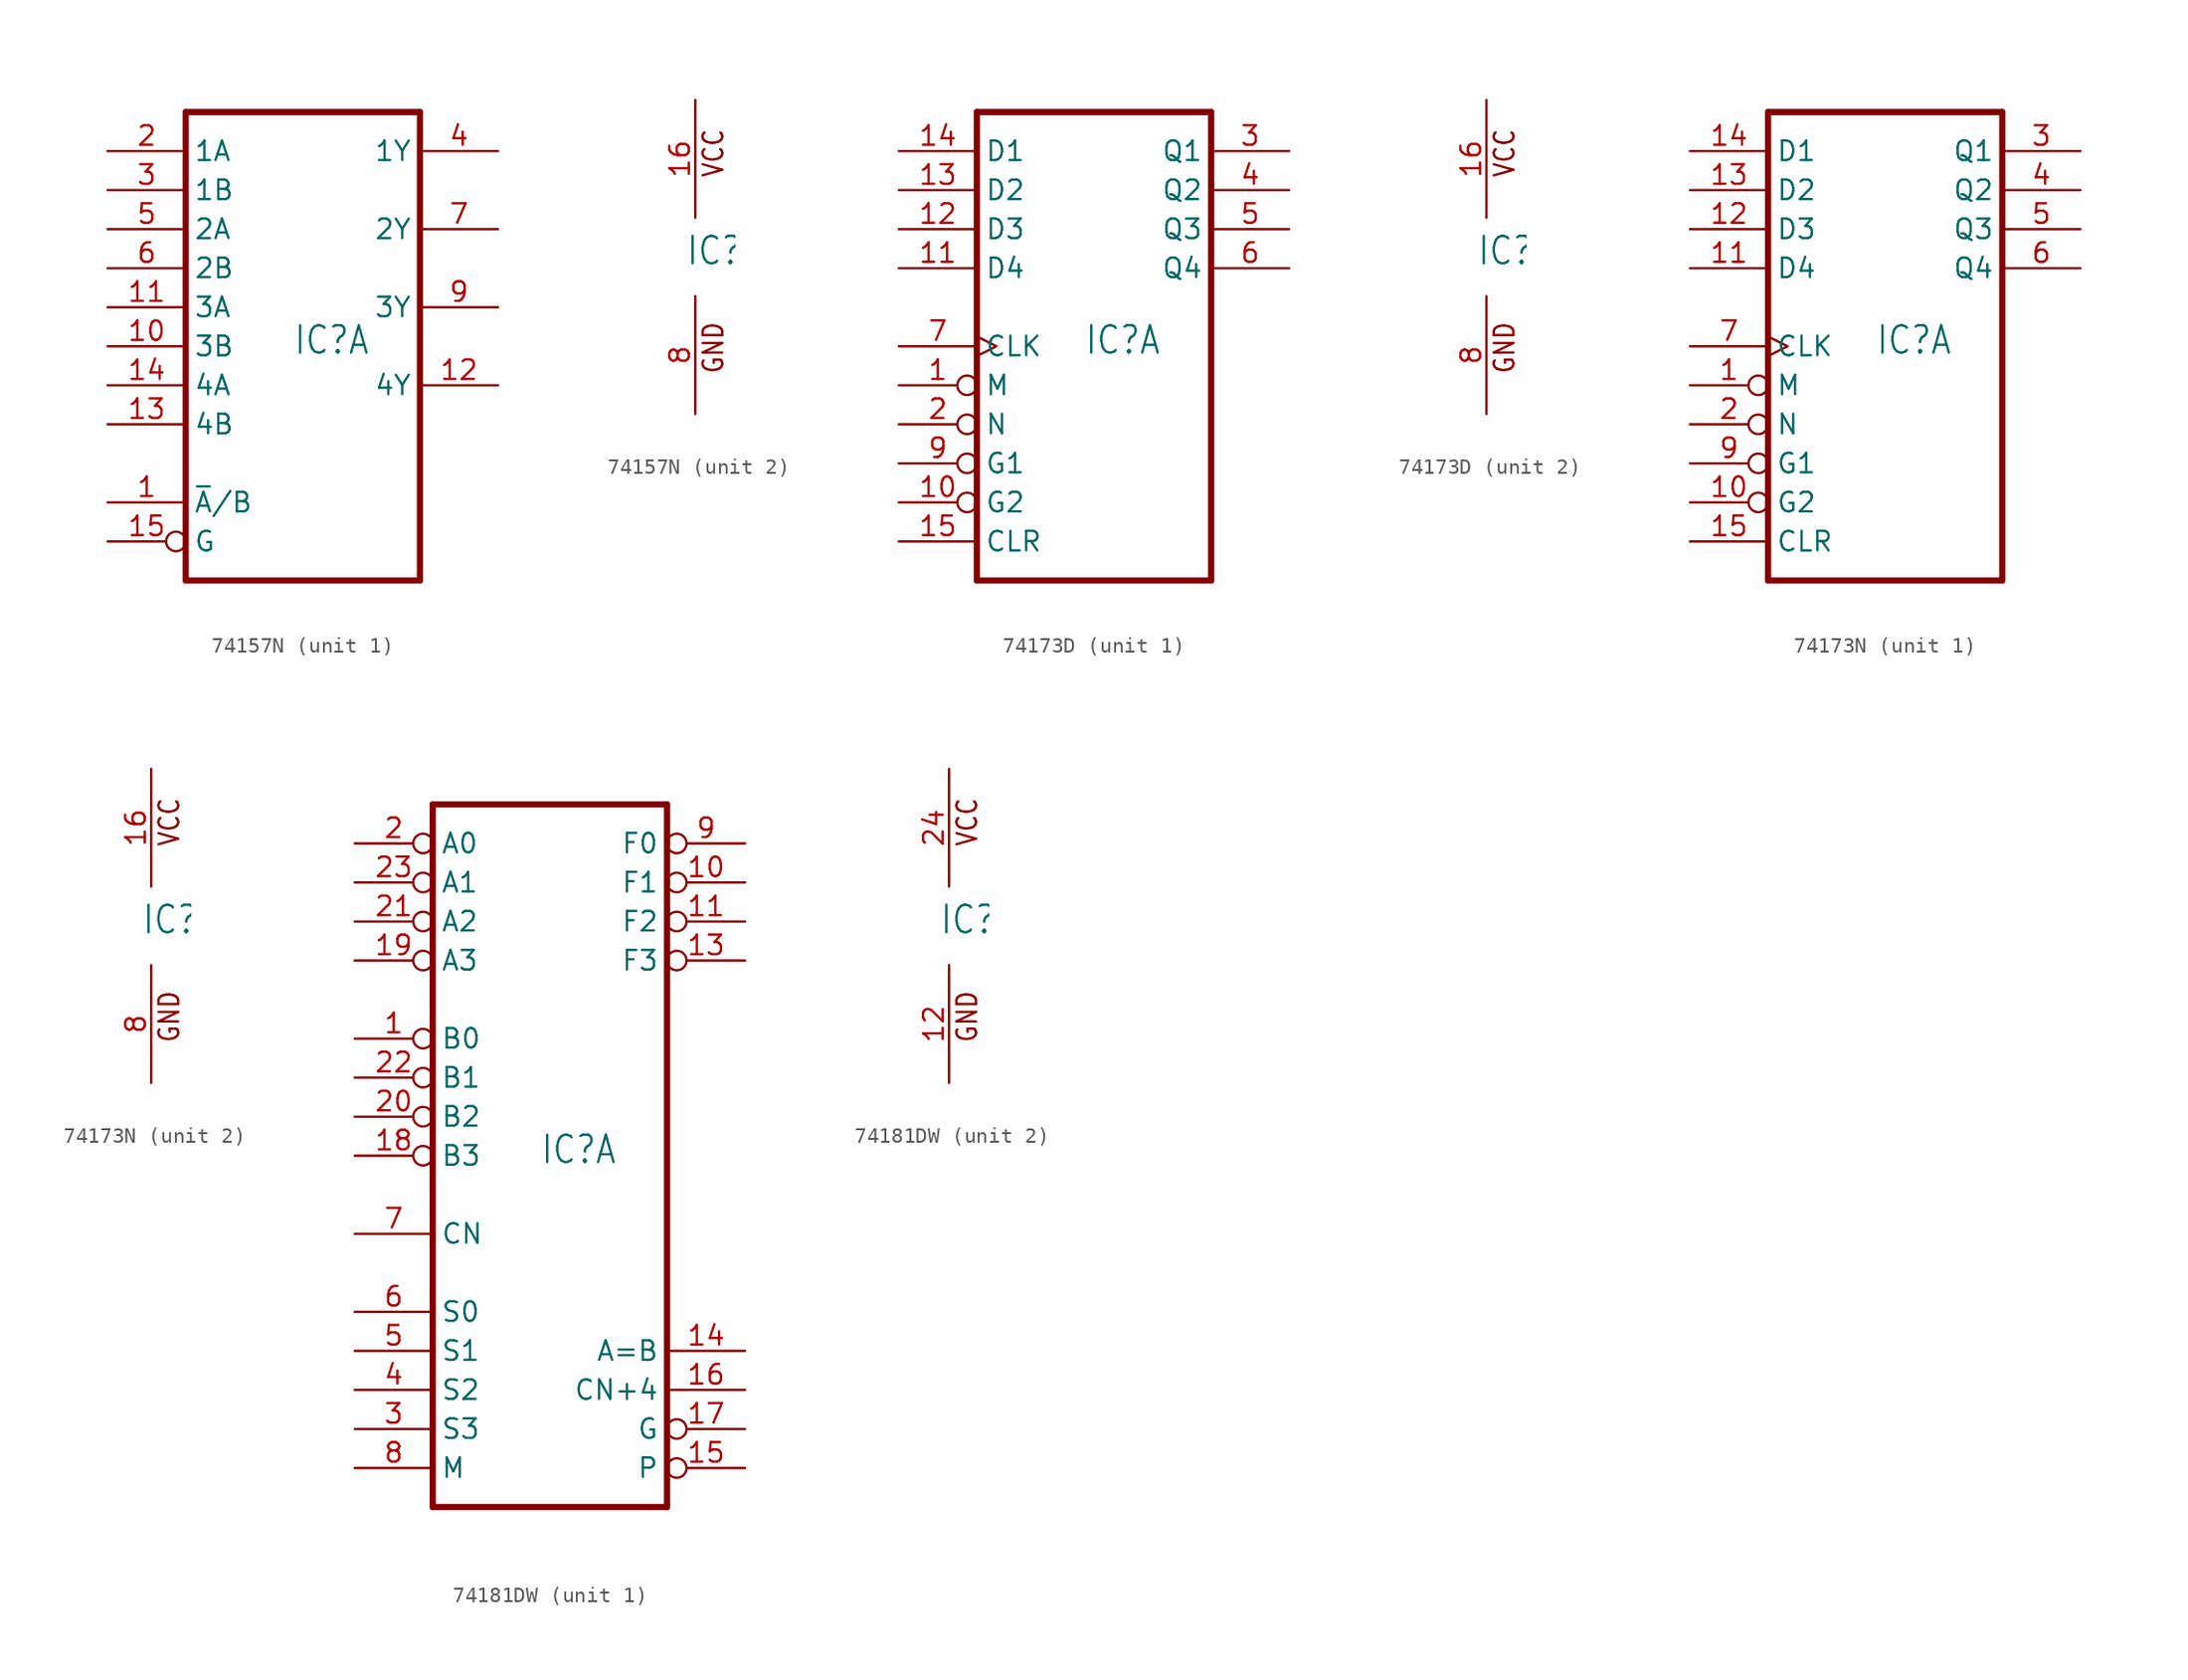
<source format=kicad_sym>
(kicad_symbol_lib
  (version 20211014)
  (generator kicad_symbol_editor)
  (symbol "74157N"
    (property "Reference" "IC"
      (at -0.635 -0.635 0)
      (effects (font (size 1.778 1.511)) (justify left bottom)))
    (property "ki_locked" ""
      (at 0 0 0)
      (effects (font (size 1.27 1.27))))
    (symbol "74157N_1_0"
      (polyline (pts (xy -7.62 -15.24) (xy 7.62 -15.24)) (stroke (width 0.406) (type default) (color 0 0 0 0)) (fill (type none)))
      (polyline (pts (xy -7.62 15.24) (xy -7.62 -15.24)) (stroke (width 0.406) (type default) (color 0 0 0 0)) (fill (type none)))
      (polyline (pts (xy 7.62 -15.24) (xy 7.62 15.24)) (stroke (width 0.406) (type default) (color 0 0 0 0)) (fill (type none)))
      (polyline (pts (xy 7.62 15.24) (xy -7.62 15.24)) (stroke (width 0.406) (type default) (color 0 0 0 0)) (fill (type none)))
      (pin input line (at -12.7 -10.16 0) (length 5.08) (name "~{A}/B" (effects (font (size 1.27 1.27)))) (number "1" (effects (font (size 1.27 1.27)))))
      (pin input line (at -12.7 0 0) (length 5.08) (name "3B" (effects (font (size 1.27 1.27)))) (number "10" (effects (font (size 1.27 1.27)))))
      (pin input line (at -12.7 2.54 0) (length 5.08) (name "3A" (effects (font (size 1.27 1.27)))) (number "11" (effects (font (size 1.27 1.27)))))
      (pin output line (at 12.7 -2.54 180) (length 5.08) (name "4Y" (effects (font (size 1.27 1.27)))) (number "12" (effects (font (size 1.27 1.27)))))
      (pin input line (at -12.7 -5.08 0) (length 5.08) (name "4B" (effects (font (size 1.27 1.27)))) (number "13" (effects (font (size 1.27 1.27)))))
      (pin input line (at -12.7 -2.54 0) (length 5.08) (name "4A" (effects (font (size 1.27 1.27)))) (number "14" (effects (font (size 1.27 1.27)))))
      (pin input inverted (at -12.7 -12.7 0) (length 5.08) (name "G" (effects (font (size 1.27 1.27)))) (number "15" (effects (font (size 1.27 1.27)))))
      (pin input line (at -12.7 12.7 0) (length 5.08) (name "1A" (effects (font (size 1.27 1.27)))) (number "2" (effects (font (size 1.27 1.27)))))
      (pin input line (at -12.7 10.16 0) (length 5.08) (name "1B" (effects (font (size 1.27 1.27)))) (number "3" (effects (font (size 1.27 1.27)))))
      (pin output line (at 12.7 12.7 180) (length 5.08) (name "1Y" (effects (font (size 1.27 1.27)))) (number "4" (effects (font (size 1.27 1.27)))))
      (pin input line (at -12.7 7.62 0) (length 5.08) (name "2A" (effects (font (size 1.27 1.27)))) (number "5" (effects (font (size 1.27 1.27)))))
      (pin input line (at -12.7 5.08 0) (length 5.08) (name "2B" (effects (font (size 1.27 1.27)))) (number "6" (effects (font (size 1.27 1.27)))))
      (pin output line (at 12.7 7.62 180) (length 5.08) (name "2Y" (effects (font (size 1.27 1.27)))) (number "7" (effects (font (size 1.27 1.27)))))
      (pin output line (at 12.7 2.54 180) (length 5.08) (name "3Y" (effects (font (size 1.27 1.27)))) (number "9" (effects (font (size 1.27 1.27))))))
    (symbol "74157N_2_0"
      (text "GND" (at 1.905 -7.62 900) (effects (font (size 1.27 1.079)) (justify left bottom)))
      (text "VCC" (at 1.905 5.08 900) (effects (font (size 1.27 1.079)) (justify left bottom)))
      (pin power_in line (at 0 10.16 270) (length 7.62) (name "VCC" (effects (font (size 0 0)))) (number "16" (effects (font (size 1.27 1.27)))))
      (pin power_in line (at 0 -10.16 90) (length 7.62) (name "GND" (effects (font (size 0 0)))) (number "8" (effects (font (size 1.27 1.27)))))))
  (symbol "74173D"
    (property "Reference" "IC"
      (at -0.635 -0.635 0)
      (effects (font (size 1.778 1.511)) (justify left bottom)))
    (property "ki_locked" ""
      (at 0 0 0)
      (effects (font (size 1.27 1.27))))
    (symbol "74173D_1_0"
      (polyline (pts (xy -7.62 -15.24) (xy 7.62 -15.24)) (stroke (width 0.406) (type default) (color 0 0 0 0)) (fill (type none)))
      (polyline (pts (xy -7.62 15.24) (xy -7.62 -15.24)) (stroke (width 0.406) (type default) (color 0 0 0 0)) (fill (type none)))
      (polyline (pts (xy 7.62 -15.24) (xy 7.62 15.24)) (stroke (width 0.406) (type default) (color 0 0 0 0)) (fill (type none)))
      (polyline (pts (xy 7.62 15.24) (xy -7.62 15.24)) (stroke (width 0.406) (type default) (color 0 0 0 0)) (fill (type none)))
      (pin input inverted (at -12.7 -2.54 0) (length 5.08) (name "M" (effects (font (size 1.27 1.27)))) (number "1" (effects (font (size 1.27 1.27)))))
      (pin input inverted (at -12.7 -10.16 0) (length 5.08) (name "G2" (effects (font (size 1.27 1.27)))) (number "10" (effects (font (size 1.27 1.27)))))
      (pin input line (at -12.7 5.08 0) (length 5.08) (name "D4" (effects (font (size 1.27 1.27)))) (number "11" (effects (font (size 1.27 1.27)))))
      (pin input line (at -12.7 7.62 0) (length 5.08) (name "D3" (effects (font (size 1.27 1.27)))) (number "12" (effects (font (size 1.27 1.27)))))
      (pin input line (at -12.7 10.16 0) (length 5.08) (name "D2" (effects (font (size 1.27 1.27)))) (number "13" (effects (font (size 1.27 1.27)))))
      (pin input line (at -12.7 12.7 0) (length 5.08) (name "D1" (effects (font (size 1.27 1.27)))) (number "14" (effects (font (size 1.27 1.27)))))
      (pin input line (at -12.7 -12.7 0) (length 5.08) (name "CLR" (effects (font (size 1.27 1.27)))) (number "15" (effects (font (size 1.27 1.27)))))
      (pin input inverted (at -12.7 -5.08 0) (length 5.08) (name "N" (effects (font (size 1.27 1.27)))) (number "2" (effects (font (size 1.27 1.27)))))
      (pin tri_state line (at 12.7 12.7 180) (length 5.08) (name "Q1" (effects (font (size 1.27 1.27)))) (number "3" (effects (font (size 1.27 1.27)))))
      (pin tri_state line (at 12.7 10.16 180) (length 5.08) (name "Q2" (effects (font (size 1.27 1.27)))) (number "4" (effects (font (size 1.27 1.27)))))
      (pin tri_state line (at 12.7 7.62 180) (length 5.08) (name "Q3" (effects (font (size 1.27 1.27)))) (number "5" (effects (font (size 1.27 1.27)))))
      (pin tri_state line (at 12.7 5.08 180) (length 5.08) (name "Q4" (effects (font (size 1.27 1.27)))) (number "6" (effects (font (size 1.27 1.27)))))
      (pin input clock (at -12.7 0 0) (length 5.08) (name "CLK" (effects (font (size 1.27 1.27)))) (number "7" (effects (font (size 1.27 1.27)))))
      (pin input inverted (at -12.7 -7.62 0) (length 5.08) (name "G1" (effects (font (size 1.27 1.27)))) (number "9" (effects (font (size 1.27 1.27))))))
    (symbol "74173D_2_0"
      (text "GND" (at 1.905 -7.62 900) (effects (font (size 1.27 1.079)) (justify left bottom)))
      (text "VCC" (at 1.905 5.08 900) (effects (font (size 1.27 1.079)) (justify left bottom)))
      (pin power_in line (at 0 10.16 270) (length 7.62) (name "VCC" (effects (font (size 0 0)))) (number "16" (effects (font (size 1.27 1.27)))))
      (pin power_in line (at 0 -10.16 90) (length 7.62) (name "GND" (effects (font (size 0 0)))) (number "8" (effects (font (size 1.27 1.27)))))))
  (symbol "74173N"
    (property "Reference" "IC"
      (at -0.635 -0.635 0)
      (effects (font (size 1.778 1.511)) (justify left bottom)))
    (property "ki_locked" ""
      (at 0 0 0)
      (effects (font (size 1.27 1.27))))
    (symbol "74173N_1_0"
      (polyline (pts (xy -7.62 -15.24) (xy 7.62 -15.24)) (stroke (width 0.406) (type default) (color 0 0 0 0)) (fill (type none)))
      (polyline (pts (xy -7.62 15.24) (xy -7.62 -15.24)) (stroke (width 0.406) (type default) (color 0 0 0 0)) (fill (type none)))
      (polyline (pts (xy 7.62 -15.24) (xy 7.62 15.24)) (stroke (width 0.406) (type default) (color 0 0 0 0)) (fill (type none)))
      (polyline (pts (xy 7.62 15.24) (xy -7.62 15.24)) (stroke (width 0.406) (type default) (color 0 0 0 0)) (fill (type none)))
      (pin input inverted (at -12.7 -2.54 0) (length 5.08) (name "M" (effects (font (size 1.27 1.27)))) (number "1" (effects (font (size 1.27 1.27)))))
      (pin input inverted (at -12.7 -10.16 0) (length 5.08) (name "G2" (effects (font (size 1.27 1.27)))) (number "10" (effects (font (size 1.27 1.27)))))
      (pin input line (at -12.7 5.08 0) (length 5.08) (name "D4" (effects (font (size 1.27 1.27)))) (number "11" (effects (font (size 1.27 1.27)))))
      (pin input line (at -12.7 7.62 0) (length 5.08) (name "D3" (effects (font (size 1.27 1.27)))) (number "12" (effects (font (size 1.27 1.27)))))
      (pin input line (at -12.7 10.16 0) (length 5.08) (name "D2" (effects (font (size 1.27 1.27)))) (number "13" (effects (font (size 1.27 1.27)))))
      (pin input line (at -12.7 12.7 0) (length 5.08) (name "D1" (effects (font (size 1.27 1.27)))) (number "14" (effects (font (size 1.27 1.27)))))
      (pin input line (at -12.7 -12.7 0) (length 5.08) (name "CLR" (effects (font (size 1.27 1.27)))) (number "15" (effects (font (size 1.27 1.27)))))
      (pin input inverted (at -12.7 -5.08 0) (length 5.08) (name "N" (effects (font (size 1.27 1.27)))) (number "2" (effects (font (size 1.27 1.27)))))
      (pin tri_state line (at 12.7 12.7 180) (length 5.08) (name "Q1" (effects (font (size 1.27 1.27)))) (number "3" (effects (font (size 1.27 1.27)))))
      (pin tri_state line (at 12.7 10.16 180) (length 5.08) (name "Q2" (effects (font (size 1.27 1.27)))) (number "4" (effects (font (size 1.27 1.27)))))
      (pin tri_state line (at 12.7 7.62 180) (length 5.08) (name "Q3" (effects (font (size 1.27 1.27)))) (number "5" (effects (font (size 1.27 1.27)))))
      (pin tri_state line (at 12.7 5.08 180) (length 5.08) (name "Q4" (effects (font (size 1.27 1.27)))) (number "6" (effects (font (size 1.27 1.27)))))
      (pin input clock (at -12.7 0 0) (length 5.08) (name "CLK" (effects (font (size 1.27 1.27)))) (number "7" (effects (font (size 1.27 1.27)))))
      (pin input inverted (at -12.7 -7.62 0) (length 5.08) (name "G1" (effects (font (size 1.27 1.27)))) (number "9" (effects (font (size 1.27 1.27))))))
    (symbol "74173N_2_0"
      (text "GND" (at 1.905 -7.62 900) (effects (font (size 1.27 1.079)) (justify left bottom)))
      (text "VCC" (at 1.905 5.08 900) (effects (font (size 1.27 1.079)) (justify left bottom)))
      (pin power_in line (at 0 10.16 270) (length 7.62) (name "VCC" (effects (font (size 0 0)))) (number "16" (effects (font (size 1.27 1.27)))))
      (pin power_in line (at 0 -10.16 90) (length 7.62) (name "GND" (effects (font (size 0 0)))) (number "8" (effects (font (size 1.27 1.27)))))))
  (symbol "74181DW"
    (property "Reference" "IC"
      (at -0.635 -0.635 0)
      (effects (font (size 1.778 1.511)) (justify left bottom)))
    (property "ki_locked" ""
      (at 0 0 0)
      (effects (font (size 1.27 1.27))))
    (symbol "74181DW_1_0"
      (polyline (pts (xy -7.62 -22.86) (xy 7.62 -22.86)) (stroke (width 0.406) (type default) (color 0 0 0 0)) (fill (type none)))
      (polyline (pts (xy -7.62 22.86) (xy -7.62 -22.86)) (stroke (width 0.406) (type default) (color 0 0 0 0)) (fill (type none)))
      (polyline (pts (xy 7.62 -22.86) (xy 7.62 22.86)) (stroke (width 0.406) (type default) (color 0 0 0 0)) (fill (type none)))
      (polyline (pts (xy 7.62 22.86) (xy -7.62 22.86)) (stroke (width 0.406) (type default) (color 0 0 0 0)) (fill (type none)))
      (pin input inverted (at -12.7 7.62 0) (length 5.08) (name "B0" (effects (font (size 1.27 1.27)))) (number "1" (effects (font (size 1.27 1.27)))))
      (pin output inverted (at 12.7 17.78 180) (length 5.08) (name "F1" (effects (font (size 1.27 1.27)))) (number "10" (effects (font (size 1.27 1.27)))))
      (pin output inverted (at 12.7 15.24 180) (length 5.08) (name "F2" (effects (font (size 1.27 1.27)))) (number "11" (effects (font (size 1.27 1.27)))))
      (pin output inverted (at 12.7 12.7 180) (length 5.08) (name "F3" (effects (font (size 1.27 1.27)))) (number "13" (effects (font (size 1.27 1.27)))))
      (pin output line (at 12.7 -12.7 180) (length 5.08) (name "A=B" (effects (font (size 1.27 1.27)))) (number "14" (effects (font (size 1.27 1.27)))))
      (pin output inverted (at 12.7 -20.32 180) (length 5.08) (name "P" (effects (font (size 1.27 1.27)))) (number "15" (effects (font (size 1.27 1.27)))))
      (pin output line (at 12.7 -15.24 180) (length 5.08) (name "CN+4" (effects (font (size 1.27 1.27)))) (number "16" (effects (font (size 1.27 1.27)))))
      (pin output inverted (at 12.7 -17.78 180) (length 5.08) (name "G" (effects (font (size 1.27 1.27)))) (number "17" (effects (font (size 1.27 1.27)))))
      (pin input inverted (at -12.7 0 0) (length 5.08) (name "B3" (effects (font (size 1.27 1.27)))) (number "18" (effects (font (size 1.27 1.27)))))
      (pin input inverted (at -12.7 12.7 0) (length 5.08) (name "A3" (effects (font (size 1.27 1.27)))) (number "19" (effects (font (size 1.27 1.27)))))
      (pin input inverted (at -12.7 20.32 0) (length 5.08) (name "A0" (effects (font (size 1.27 1.27)))) (number "2" (effects (font (size 1.27 1.27)))))
      (pin input inverted (at -12.7 2.54 0) (length 5.08) (name "B2" (effects (font (size 1.27 1.27)))) (number "20" (effects (font (size 1.27 1.27)))))
      (pin input inverted (at -12.7 15.24 0) (length 5.08) (name "A2" (effects (font (size 1.27 1.27)))) (number "21" (effects (font (size 1.27 1.27)))))
      (pin input inverted (at -12.7 5.08 0) (length 5.08) (name "B1" (effects (font (size 1.27 1.27)))) (number "22" (effects (font (size 1.27 1.27)))))
      (pin input inverted (at -12.7 17.78 0) (length 5.08) (name "A1" (effects (font (size 1.27 1.27)))) (number "23" (effects (font (size 1.27 1.27)))))
      (pin input line (at -12.7 -17.78 0) (length 5.08) (name "S3" (effects (font (size 1.27 1.27)))) (number "3" (effects (font (size 1.27 1.27)))))
      (pin input line (at -12.7 -15.24 0) (length 5.08) (name "S2" (effects (font (size 1.27 1.27)))) (number "4" (effects (font (size 1.27 1.27)))))
      (pin input line (at -12.7 -12.7 0) (length 5.08) (name "S1" (effects (font (size 1.27 1.27)))) (number "5" (effects (font (size 1.27 1.27)))))
      (pin input line (at -12.7 -10.16 0) (length 5.08) (name "S0" (effects (font (size 1.27 1.27)))) (number "6" (effects (font (size 1.27 1.27)))))
      (pin input line (at -12.7 -5.08 0) (length 5.08) (name "CN" (effects (font (size 1.27 1.27)))) (number "7" (effects (font (size 1.27 1.27)))))
      (pin input line (at -12.7 -20.32 0) (length 5.08) (name "M" (effects (font (size 1.27 1.27)))) (number "8" (effects (font (size 1.27 1.27)))))
      (pin output inverted (at 12.7 20.32 180) (length 5.08) (name "F0" (effects (font (size 1.27 1.27)))) (number "9" (effects (font (size 1.27 1.27))))))
    (symbol "74181DW_2_0"
      (text "GND" (at 1.905 -7.62 900) (effects (font (size 1.27 1.079)) (justify left bottom)))
      (text "VCC" (at 1.905 5.08 900) (effects (font (size 1.27 1.079)) (justify left bottom)))
      (pin power_in line (at 0 -10.16 90) (length 7.62) (name "GND" (effects (font (size 0 0)))) (number "12" (effects (font (size 1.27 1.27)))))
      (pin power_in line (at 0 10.16 270) (length 7.62) (name "VCC" (effects (font (size 0 0)))) (number "24" (effects (font (size 1.27 1.27))))))))
</source>
